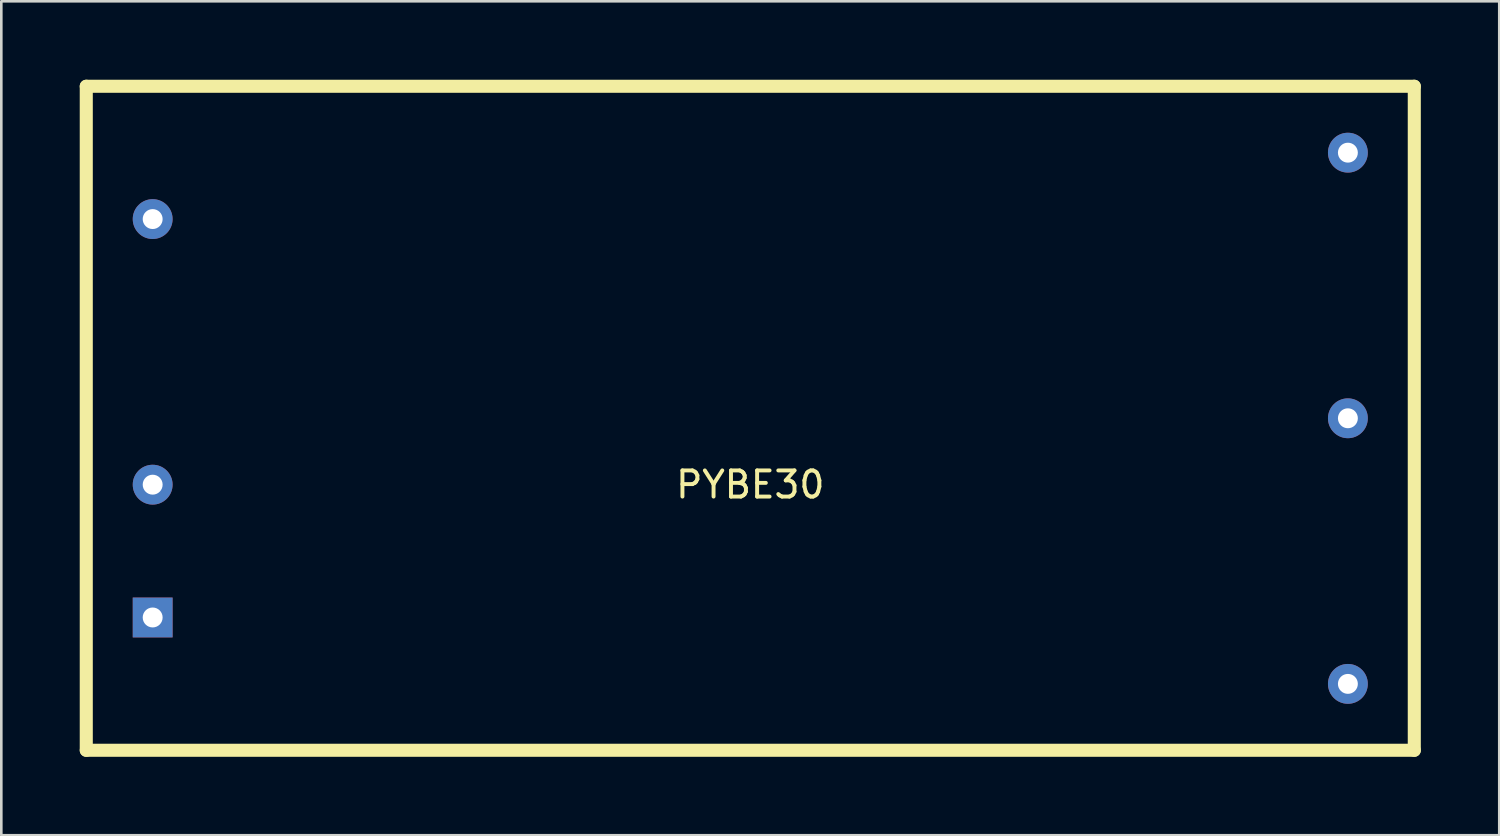
<source format=kicad_pcb>
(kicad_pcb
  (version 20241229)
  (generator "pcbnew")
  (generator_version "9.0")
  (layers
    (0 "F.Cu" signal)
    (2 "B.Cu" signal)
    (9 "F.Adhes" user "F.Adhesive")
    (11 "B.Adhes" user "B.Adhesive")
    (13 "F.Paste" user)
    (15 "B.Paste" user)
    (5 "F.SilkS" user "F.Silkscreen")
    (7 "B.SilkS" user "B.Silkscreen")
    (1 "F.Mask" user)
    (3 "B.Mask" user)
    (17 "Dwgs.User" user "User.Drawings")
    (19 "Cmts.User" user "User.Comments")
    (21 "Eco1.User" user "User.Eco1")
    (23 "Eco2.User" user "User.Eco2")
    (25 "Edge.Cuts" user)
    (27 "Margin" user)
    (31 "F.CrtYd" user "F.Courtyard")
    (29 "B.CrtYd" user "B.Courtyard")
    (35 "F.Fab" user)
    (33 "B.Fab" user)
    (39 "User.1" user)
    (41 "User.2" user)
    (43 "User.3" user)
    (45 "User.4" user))
  (footprint "PYBE30"
    (layer "F.Cu")
    (at 25.65 12.95)
    (property "Reference" "PYBE30" (at 0 2.54 0) (layer "F.SilkS") (effects (font (size 1 1) (thickness 0.15))))
    (attr through_hole)
    (fp_line (start -25.4 -12.7) (end 25.4 -12.7) (stroke (width 0.5) (type solid)) (layer "F.SilkS"))
    (fp_line (start -25.4 12.7) (end -25.4 -12.7) (stroke (width 0.5) (type solid)) (layer "F.SilkS"))
    (fp_line (start 25.4 -12.7) (end 25.4 12.7) (stroke (width 0.5) (type solid)) (layer "F.SilkS"))
    (fp_line (start 25.4 12.7) (end -25.4 12.7) (stroke (width 0.5) (type solid)) (layer "F.SilkS"))
    (pad "1" thru_hole rect (at -22.86 7.62) (size 1.524 1.524) (drill 0.762) (layers "*.Cu" "*.Mask"))
    (pad "2" thru_hole circle (at -22.86 2.54) (size 1.524 1.524) (drill 0.762) (layers "*.Cu" "*.Mask"))
    (pad "3" thru_hole circle (at -22.86 -7.62) (size 1.524 1.524) (drill 0.762) (layers "*.Cu" "*.Mask"))
    (pad "4" thru_hole circle (at 22.86 -10.16) (size 1.524 1.524) (drill 0.762) (layers "*.Cu" "*.Mask"))
    (pad "5" thru_hole circle (at 22.86 0) (size 1.524 1.524) (drill 0.762) (layers "*.Cu" "*.Mask"))
    (pad "6" thru_hole circle (at 22.86 10.16) (size 1.524 1.524) (drill 0.762) (layers "*.Cu" "*.Mask")))
  (gr_rect
    (start -3 -3)
    (end 54.3 28.9)
    (stroke (width 0.1) (type default))
    (fill no)
    (layer "Edge.Cuts")))
</source>
